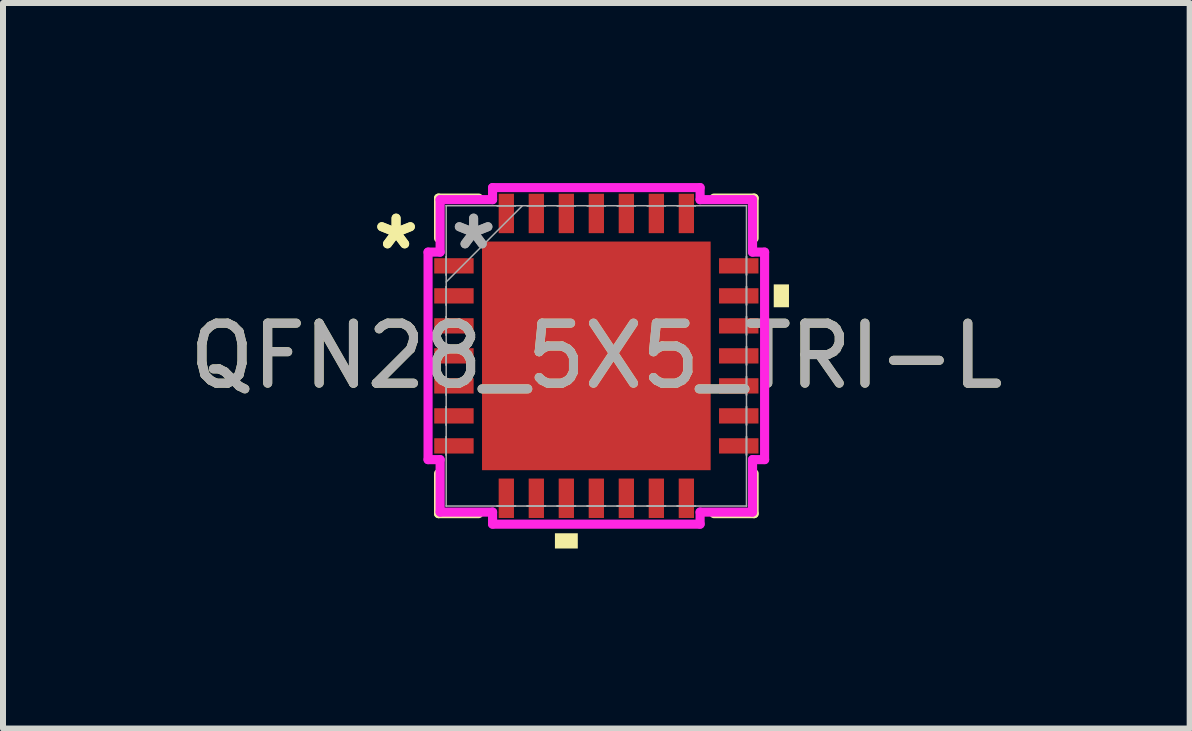
<source format=kicad_pcb>
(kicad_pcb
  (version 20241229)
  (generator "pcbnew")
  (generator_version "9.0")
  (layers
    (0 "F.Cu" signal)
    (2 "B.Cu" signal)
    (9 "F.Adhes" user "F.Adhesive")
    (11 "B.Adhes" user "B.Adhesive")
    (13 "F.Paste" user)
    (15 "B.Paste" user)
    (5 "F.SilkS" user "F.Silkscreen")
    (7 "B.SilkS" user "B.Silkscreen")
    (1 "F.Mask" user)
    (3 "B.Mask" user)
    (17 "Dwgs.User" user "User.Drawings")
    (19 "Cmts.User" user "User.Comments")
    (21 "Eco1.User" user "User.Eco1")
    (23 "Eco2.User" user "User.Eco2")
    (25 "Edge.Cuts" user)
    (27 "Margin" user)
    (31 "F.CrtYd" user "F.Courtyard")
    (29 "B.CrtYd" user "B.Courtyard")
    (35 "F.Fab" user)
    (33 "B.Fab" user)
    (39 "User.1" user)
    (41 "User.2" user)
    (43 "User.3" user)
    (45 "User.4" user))
  (footprint "QFN28_5X5_TRI-L"
    (layer "F.Cu")
    (at 6.887 2.88)
    (property "Reference" "QFN28_5X5_TRI-L" (at 0 0 0) (unlocked yes) (layer "F.SilkS") (effects (font (size 1 1) (thickness 0.15))))
    (attr smd)
    (fp_line (start -2.629 -2.629) (end -2.629 -1.96) (stroke (width 0.152) (type solid)) (layer "F.SilkS"))
    (fp_line (start -2.629 1.96) (end -2.629 2.629) (stroke (width 0.152) (type solid)) (layer "F.SilkS"))
    (fp_line (start -2.629 2.629) (end -1.96 2.629) (stroke (width 0.152) (type solid)) (layer "F.SilkS"))
    (fp_line (start -1.96 -2.629) (end -2.629 -2.629) (stroke (width 0.152) (type solid)) (layer "F.SilkS"))
    (fp_line (start 1.96 2.629) (end 2.629 2.629) (stroke (width 0.152) (type solid)) (layer "F.SilkS"))
    (fp_line (start 2.629 -2.629) (end 1.96 -2.629) (stroke (width 0.152) (type solid)) (layer "F.SilkS"))
    (fp_line (start 2.629 -1.96) (end 2.629 -2.629) (stroke (width 0.152) (type solid)) (layer "F.SilkS"))
    (fp_line (start 2.629 2.629) (end 2.629 1.96) (stroke (width 0.152) (type solid)) (layer "F.SilkS"))
    (fp_poly (pts (xy -0.69 2.956) (xy -0.69 3.21) (xy -0.309 3.21) (xy -0.309 2.956)) (stroke (width 0) (type solid)) (fill yes) (layer "F.SilkS"))
    (fp_poly (pts (xy 3.21 -1.191) (xy 3.21 -0.81) (xy 2.956 -0.81) (xy 2.956 -1.191)) (stroke (width 0) (type solid)) (fill yes) (layer "F.SilkS"))
    (fp_poly (pts (xy -1.805 -1.805) (xy -1.805 -0.735) (xy -0.735 -0.735) (xy -0.735 -1.805)) (stroke (width 0) (type solid)) (fill yes) (layer "F.Paste"))
    (fp_poly (pts (xy -1.805 -0.535) (xy -1.805 0.535) (xy -0.735 0.535) (xy -0.735 -0.535)) (stroke (width 0) (type solid)) (fill yes) (layer "F.Paste"))
    (fp_poly (pts (xy -1.805 0.735) (xy -1.805 1.805) (xy -0.735 1.805) (xy -0.735 0.735)) (stroke (width 0) (type solid)) (fill yes) (layer "F.Paste"))
    (fp_poly (pts (xy -0.535 -1.805) (xy -0.535 -0.735) (xy 0.535 -0.735) (xy 0.535 -1.805)) (stroke (width 0) (type solid)) (fill yes) (layer "F.Paste"))
    (fp_poly (pts (xy -0.535 -0.535) (xy -0.535 0.535) (xy 0.535 0.535) (xy 0.535 -0.535)) (stroke (width 0) (type solid)) (fill yes) (layer "F.Paste"))
    (fp_poly (pts (xy -0.535 0.735) (xy -0.535 1.805) (xy 0.535 1.805) (xy 0.535 0.735)) (stroke (width 0) (type solid)) (fill yes) (layer "F.Paste"))
    (fp_poly (pts (xy 0.735 -1.805) (xy 0.735 -0.735) (xy 1.805 -0.735) (xy 1.805 -1.805)) (stroke (width 0) (type solid)) (fill yes) (layer "F.Paste"))
    (fp_poly (pts (xy 0.735 -0.535) (xy 0.735 0.535) (xy 1.805 0.535) (xy 1.805 -0.535)) (stroke (width 0) (type solid)) (fill yes) (layer "F.Paste"))
    (fp_poly (pts (xy 0.735 0.735) (xy 0.735 1.805) (xy 1.805 1.805) (xy 1.805 0.735)) (stroke (width 0) (type solid)) (fill yes) (layer "F.Paste"))
    (fp_line (start -2.804 -1.729) (end -2.603 -1.729) (stroke (width 0.152) (type solid)) (layer "F.CrtYd"))
    (fp_line (start -2.804 1.729) (end -2.804 -1.729) (stroke (width 0.152) (type solid)) (layer "F.CrtYd"))
    (fp_line (start -2.603 -2.603) (end -1.729 -2.603) (stroke (width 0.152) (type solid)) (layer "F.CrtYd"))
    (fp_line (start -2.603 -1.729) (end -2.603 -2.603) (stroke (width 0.152) (type solid)) (layer "F.CrtYd"))
    (fp_line (start -2.603 1.729) (end -2.804 1.729) (stroke (width 0.152) (type solid)) (layer "F.CrtYd"))
    (fp_line (start -2.603 2.603) (end -2.603 1.729) (stroke (width 0.152) (type solid)) (layer "F.CrtYd"))
    (fp_line (start -1.729 -2.804) (end 1.729 -2.804) (stroke (width 0.152) (type solid)) (layer "F.CrtYd"))
    (fp_line (start -1.729 -2.603) (end -1.729 -2.804) (stroke (width 0.152) (type solid)) (layer "F.CrtYd"))
    (fp_line (start -1.729 2.603) (end -2.603 2.603) (stroke (width 0.152) (type solid)) (layer "F.CrtYd"))
    (fp_line (start -1.729 2.804) (end -1.729 2.603) (stroke (width 0.152) (type solid)) (layer "F.CrtYd"))
    (fp_line (start 1.729 -2.804) (end 1.729 -2.603) (stroke (width 0.152) (type solid)) (layer "F.CrtYd"))
    (fp_line (start 1.729 -2.603) (end 2.603 -2.603) (stroke (width 0.152) (type solid)) (layer "F.CrtYd"))
    (fp_line (start 1.729 2.603) (end 1.729 2.804) (stroke (width 0.152) (type solid)) (layer "F.CrtYd"))
    (fp_line (start 1.729 2.804) (end -1.729 2.804) (stroke (width 0.152) (type solid)) (layer "F.CrtYd"))
    (fp_line (start 2.603 -2.603) (end 2.603 -1.729) (stroke (width 0.152) (type solid)) (layer "F.CrtYd"))
    (fp_line (start 2.603 -1.729) (end 2.804 -1.729) (stroke (width 0.152) (type solid)) (layer "F.CrtYd"))
    (fp_line (start 2.603 1.729) (end 2.603 2.603) (stroke (width 0.152) (type solid)) (layer "F.CrtYd"))
    (fp_line (start 2.603 2.603) (end 1.729 2.603) (stroke (width 0.152) (type solid)) (layer "F.CrtYd"))
    (fp_line (start 2.804 -1.729) (end 2.804 1.729) (stroke (width 0.152) (type solid)) (layer "F.CrtYd"))
    (fp_line (start 2.804 1.729) (end 2.603 1.729) (stroke (width 0.152) (type solid)) (layer "F.CrtYd"))
    (fp_line (start -2.502 -2.502) (end -2.502 -2.502) (stroke (width 0.025) (type solid)) (layer "F.Fab"))
    (fp_line (start -2.502 -2.502) (end -2.502 2.502) (stroke (width 0.025) (type solid)) (layer "F.Fab"))
    (fp_line (start -2.502 -1.652) (end -2.502 -1.652) (stroke (width 0.025) (type solid)) (layer "F.Fab"))
    (fp_line (start -2.502 -1.652) (end -2.502 -1.348) (stroke (width 0.025) (type solid)) (layer "F.Fab"))
    (fp_line (start -2.502 -1.348) (end -2.502 -1.652) (stroke (width 0.025) (type solid)) (layer "F.Fab"))
    (fp_line (start -2.502 -1.348) (end -2.502 -1.348) (stroke (width 0.025) (type solid)) (layer "F.Fab"))
    (fp_line (start -2.502 -1.232) (end -1.232 -2.502) (stroke (width 0.025) (type solid)) (layer "F.Fab"))
    (fp_line (start -2.502 -1.152) (end -2.502 -1.152) (stroke (width 0.025) (type solid)) (layer "F.Fab"))
    (fp_line (start -2.502 -1.152) (end -2.502 -0.848) (stroke (width 0.025) (type solid)) (layer "F.Fab"))
    (fp_line (start -2.502 -0.848) (end -2.502 -1.152) (stroke (width 0.025) (type solid)) (layer "F.Fab"))
    (fp_line (start -2.502 -0.848) (end -2.502 -0.848) (stroke (width 0.025) (type solid)) (layer "F.Fab"))
    (fp_line (start -2.502 -0.652) (end -2.502 -0.652) (stroke (width 0.025) (type solid)) (layer "F.Fab"))
    (fp_line (start -2.502 -0.652) (end -2.502 -0.348) (stroke (width 0.025) (type solid)) (layer "F.Fab"))
    (fp_line (start -2.502 -0.348) (end -2.502 -0.652) (stroke (width 0.025) (type solid)) (layer "F.Fab"))
    (fp_line (start -2.502 -0.348) (end -2.502 -0.348) (stroke (width 0.025) (type solid)) (layer "F.Fab"))
    (fp_line (start -2.502 -0.152) (end -2.502 -0.152) (stroke (width 0.025) (type solid)) (layer "F.Fab"))
    (fp_line (start -2.502 -0.152) (end -2.502 0.152) (stroke (width 0.025) (type solid)) (layer "F.Fab"))
    (fp_line (start -2.502 0.152) (end -2.502 -0.152) (stroke (width 0.025) (type solid)) (layer "F.Fab"))
    (fp_line (start -2.502 0.152) (end -2.502 0.152) (stroke (width 0.025) (type solid)) (layer "F.Fab"))
    (fp_line (start -2.502 0.348) (end -2.502 0.348) (stroke (width 0.025) (type solid)) (layer "F.Fab"))
    (fp_line (start -2.502 0.348) (end -2.502 0.652) (stroke (width 0.025) (type solid)) (layer "F.Fab"))
    (fp_line (start -2.502 0.652) (end -2.502 0.348) (stroke (width 0.025) (type solid)) (layer "F.Fab"))
    (fp_line (start -2.502 0.652) (end -2.502 0.652) (stroke (width 0.025) (type solid)) (layer "F.Fab"))
    (fp_line (start -2.502 0.848) (end -2.502 0.848) (stroke (width 0.025) (type solid)) (layer "F.Fab"))
    (fp_line (start -2.502 0.848) (end -2.502 1.152) (stroke (width 0.025) (type solid)) (layer "F.Fab"))
    (fp_line (start -2.502 1.152) (end -2.502 0.848) (stroke (width 0.025) (type solid)) (layer "F.Fab"))
    (fp_line (start -2.502 1.152) (end -2.502 1.152) (stroke (width 0.025) (type solid)) (layer "F.Fab"))
    (fp_line (start -2.502 1.348) (end -2.502 1.348) (stroke (width 0.025) (type solid)) (layer "F.Fab"))
    (fp_line (start -2.502 1.348) (end -2.502 1.652) (stroke (width 0.025) (type solid)) (layer "F.Fab"))
    (fp_line (start -2.502 1.652) (end -2.502 1.348) (stroke (width 0.025) (type solid)) (layer "F.Fab"))
    (fp_line (start -2.502 1.652) (end -2.502 1.652) (stroke (width 0.025) (type solid)) (layer "F.Fab"))
    (fp_line (start -2.502 2.502) (end -2.502 2.502) (stroke (width 0.025) (type solid)) (layer "F.Fab"))
    (fp_line (start -2.502 2.502) (end 2.502 2.502) (stroke (width 0.025) (type solid)) (layer "F.Fab"))
    (fp_line (start -1.652 -2.502) (end -1.652 -2.502) (stroke (width 0.025) (type solid)) (layer "F.Fab"))
    (fp_line (start -1.652 -2.502) (end -1.348 -2.502) (stroke (width 0.025) (type solid)) (layer "F.Fab"))
    (fp_line (start -1.652 2.502) (end -1.652 2.502) (stroke (width 0.025) (type solid)) (layer "F.Fab"))
    (fp_line (start -1.652 2.502) (end -1.348 2.502) (stroke (width 0.025) (type solid)) (layer "F.Fab"))
    (fp_line (start -1.348 -2.502) (end -1.652 -2.502) (stroke (width 0.025) (type solid)) (layer "F.Fab"))
    (fp_line (start -1.348 -2.502) (end -1.348 -2.502) (stroke (width 0.025) (type solid)) (layer "F.Fab"))
    (fp_line (start -1.348 2.502) (end -1.652 2.502) (stroke (width 0.025) (type solid)) (layer "F.Fab"))
    (fp_line (start -1.348 2.502) (end -1.348 2.502) (stroke (width 0.025) (type solid)) (layer "F.Fab"))
    (fp_line (start -1.152 -2.502) (end -1.152 -2.502) (stroke (width 0.025) (type solid)) (layer "F.Fab"))
    (fp_line (start -1.152 -2.502) (end -0.848 -2.502) (stroke (width 0.025) (type solid)) (layer "F.Fab"))
    (fp_line (start -1.152 2.502) (end -1.152 2.502) (stroke (width 0.025) (type solid)) (layer "F.Fab"))
    (fp_line (start -1.152 2.502) (end -0.848 2.502) (stroke (width 0.025) (type solid)) (layer "F.Fab"))
    (fp_line (start -0.848 -2.502) (end -1.152 -2.502) (stroke (width 0.025) (type solid)) (layer "F.Fab"))
    (fp_line (start -0.848 -2.502) (end -0.848 -2.502) (stroke (width 0.025) (type solid)) (layer "F.Fab"))
    (fp_line (start -0.848 2.502) (end -1.152 2.502) (stroke (width 0.025) (type solid)) (layer "F.Fab"))
    (fp_line (start -0.848 2.502) (end -0.848 2.502) (stroke (width 0.025) (type solid)) (layer "F.Fab"))
    (fp_line (start -0.652 -2.502) (end -0.652 -2.502) (stroke (width 0.025) (type solid)) (layer "F.Fab"))
    (fp_line (start -0.652 -2.502) (end -0.348 -2.502) (stroke (width 0.025) (type solid)) (layer "F.Fab"))
    (fp_line (start -0.652 2.502) (end -0.652 2.502) (stroke (width 0.025) (type solid)) (layer "F.Fab"))
    (fp_line (start -0.652 2.502) (end -0.348 2.502) (stroke (width 0.025) (type solid)) (layer "F.Fab"))
    (fp_line (start -0.348 -2.502) (end -0.652 -2.502) (stroke (width 0.025) (type solid)) (layer "F.Fab"))
    (fp_line (start -0.348 -2.502) (end -0.348 -2.502) (stroke (width 0.025) (type solid)) (layer "F.Fab"))
    (fp_line (start -0.348 2.502) (end -0.652 2.502) (stroke (width 0.025) (type solid)) (layer "F.Fab"))
    (fp_line (start -0.348 2.502) (end -0.348 2.502) (stroke (width 0.025) (type solid)) (layer "F.Fab"))
    (fp_line (start -0.152 -2.502) (end -0.152 -2.502) (stroke (width 0.025) (type solid)) (layer "F.Fab"))
    (fp_line (start -0.152 -2.502) (end 0.152 -2.502) (stroke (width 0.025) (type solid)) (layer "F.Fab"))
    (fp_line (start -0.152 2.502) (end -0.152 2.502) (stroke (width 0.025) (type solid)) (layer "F.Fab"))
    (fp_line (start -0.152 2.502) (end 0.152 2.502) (stroke (width 0.025) (type solid)) (layer "F.Fab"))
    (fp_line (start 0.152 -2.502) (end -0.152 -2.502) (stroke (width 0.025) (type solid)) (layer "F.Fab"))
    (fp_line (start 0.152 -2.502) (end 0.152 -2.502) (stroke (width 0.025) (type solid)) (layer "F.Fab"))
    (fp_line (start 0.152 2.502) (end -0.152 2.502) (stroke (width 0.025) (type solid)) (layer "F.Fab"))
    (fp_line (start 0.152 2.502) (end 0.152 2.502) (stroke (width 0.025) (type solid)) (layer "F.Fab"))
    (fp_line (start 0.348 -2.502) (end 0.348 -2.502) (stroke (width 0.025) (type solid)) (layer "F.Fab"))
    (fp_line (start 0.348 -2.502) (end 0.652 -2.502) (stroke (width 0.025) (type solid)) (layer "F.Fab"))
    (fp_line (start 0.348 2.502) (end 0.348 2.502) (stroke (width 0.025) (type solid)) (layer "F.Fab"))
    (fp_line (start 0.348 2.502) (end 0.652 2.502) (stroke (width 0.025) (type solid)) (layer "F.Fab"))
    (fp_line (start 0.652 -2.502) (end 0.348 -2.502) (stroke (width 0.025) (type solid)) (layer "F.Fab"))
    (fp_line (start 0.652 -2.502) (end 0.652 -2.502) (stroke (width 0.025) (type solid)) (layer "F.Fab"))
    (fp_line (start 0.652 2.502) (end 0.348 2.502) (stroke (width 0.025) (type solid)) (layer "F.Fab"))
    (fp_line (start 0.652 2.502) (end 0.652 2.502) (stroke (width 0.025) (type solid)) (layer "F.Fab"))
    (fp_line (start 0.848 -2.502) (end 0.848 -2.502) (stroke (width 0.025) (type solid)) (layer "F.Fab"))
    (fp_line (start 0.848 -2.502) (end 1.152 -2.502) (stroke (width 0.025) (type solid)) (layer "F.Fab"))
    (fp_line (start 0.848 2.502) (end 0.848 2.502) (stroke (width 0.025) (type solid)) (layer "F.Fab"))
    (fp_line (start 0.848 2.502) (end 1.152 2.502) (stroke (width 0.025) (type solid)) (layer "F.Fab"))
    (fp_line (start 1.152 -2.502) (end 0.848 -2.502) (stroke (width 0.025) (type solid)) (layer "F.Fab"))
    (fp_line (start 1.152 -2.502) (end 1.152 -2.502) (stroke (width 0.025) (type solid)) (layer "F.Fab"))
    (fp_line (start 1.152 2.502) (end 0.848 2.502) (stroke (width 0.025) (type solid)) (layer "F.Fab"))
    (fp_line (start 1.152 2.502) (end 1.152 2.502) (stroke (width 0.025) (type solid)) (layer "F.Fab"))
    (fp_line (start 1.348 -2.502) (end 1.348 -2.502) (stroke (width 0.025) (type solid)) (layer "F.Fab"))
    (fp_line (start 1.348 -2.502) (end 1.652 -2.502) (stroke (width 0.025) (type solid)) (layer "F.Fab"))
    (fp_line (start 1.348 2.502) (end 1.348 2.502) (stroke (width 0.025) (type solid)) (layer "F.Fab"))
    (fp_line (start 1.348 2.502) (end 1.652 2.502) (stroke (width 0.025) (type solid)) (layer "F.Fab"))
    (fp_line (start 1.652 -2.502) (end 1.348 -2.502) (stroke (width 0.025) (type solid)) (layer "F.Fab"))
    (fp_line (start 1.652 -2.502) (end 1.652 -2.502) (stroke (width 0.025) (type solid)) (layer "F.Fab"))
    (fp_line (start 1.652 2.502) (end 1.348 2.502) (stroke (width 0.025) (type solid)) (layer "F.Fab"))
    (fp_line (start 1.652 2.502) (end 1.652 2.502) (stroke (width 0.025) (type solid)) (layer "F.Fab"))
    (fp_line (start 2.502 -2.502) (end -2.502 -2.502) (stroke (width 0.025) (type solid)) (layer "F.Fab"))
    (fp_line (start 2.502 -2.502) (end 2.502 -2.502) (stroke (width 0.025) (type solid)) (layer "F.Fab"))
    (fp_line (start 2.502 -1.652) (end 2.502 -1.652) (stroke (width 0.025) (type solid)) (layer "F.Fab"))
    (fp_line (start 2.502 -1.652) (end 2.502 -1.348) (stroke (width 0.025) (type solid)) (layer "F.Fab"))
    (fp_line (start 2.502 -1.348) (end 2.502 -1.652) (stroke (width 0.025) (type solid)) (layer "F.Fab"))
    (fp_line (start 2.502 -1.348) (end 2.502 -1.348) (stroke (width 0.025) (type solid)) (layer "F.Fab"))
    (fp_line (start 2.502 -1.152) (end 2.502 -1.152) (stroke (width 0.025) (type solid)) (layer "F.Fab"))
    (fp_line (start 2.502 -1.152) (end 2.502 -0.848) (stroke (width 0.025) (type solid)) (layer "F.Fab"))
    (fp_line (start 2.502 -0.848) (end 2.502 -1.152) (stroke (width 0.025) (type solid)) (layer "F.Fab"))
    (fp_line (start 2.502 -0.848) (end 2.502 -0.848) (stroke (width 0.025) (type solid)) (layer "F.Fab"))
    (fp_line (start 2.502 -0.652) (end 2.502 -0.652) (stroke (width 0.025) (type solid)) (layer "F.Fab"))
    (fp_line (start 2.502 -0.652) (end 2.502 -0.348) (stroke (width 0.025) (type solid)) (layer "F.Fab"))
    (fp_line (start 2.502 -0.348) (end 2.502 -0.652) (stroke (width 0.025) (type solid)) (layer "F.Fab"))
    (fp_line (start 2.502 -0.348) (end 2.502 -0.348) (stroke (width 0.025) (type solid)) (layer "F.Fab"))
    (fp_line (start 2.502 -0.152) (end 2.502 -0.152) (stroke (width 0.025) (type solid)) (layer "F.Fab"))
    (fp_line (start 2.502 -0.152) (end 2.502 0.152) (stroke (width 0.025) (type solid)) (layer "F.Fab"))
    (fp_line (start 2.502 0.152) (end 2.502 -0.152) (stroke (width 0.025) (type solid)) (layer "F.Fab"))
    (fp_line (start 2.502 0.152) (end 2.502 0.152) (stroke (width 0.025) (type solid)) (layer "F.Fab"))
    (fp_line (start 2.502 0.348) (end 2.502 0.348) (stroke (width 0.025) (type solid)) (layer "F.Fab"))
    (fp_line (start 2.502 0.348) (end 2.502 0.652) (stroke (width 0.025) (type solid)) (layer "F.Fab"))
    (fp_line (start 2.502 0.652) (end 2.502 0.348) (stroke (width 0.025) (type solid)) (layer "F.Fab"))
    (fp_line (start 2.502 0.652) (end 2.502 0.652) (stroke (width 0.025) (type solid)) (layer "F.Fab"))
    (fp_line (start 2.502 0.848) (end 2.502 0.848) (stroke (width 0.025) (type solid)) (layer "F.Fab"))
    (fp_line (start 2.502 0.848) (end 2.502 1.152) (stroke (width 0.025) (type solid)) (layer "F.Fab"))
    (fp_line (start 2.502 1.152) (end 2.502 0.848) (stroke (width 0.025) (type solid)) (layer "F.Fab"))
    (fp_line (start 2.502 1.152) (end 2.502 1.152) (stroke (width 0.025) (type solid)) (layer "F.Fab"))
    (fp_line (start 2.502 1.348) (end 2.502 1.348) (stroke (width 0.025) (type solid)) (layer "F.Fab"))
    (fp_line (start 2.502 1.348) (end 2.502 1.652) (stroke (width 0.025) (type solid)) (layer "F.Fab"))
    (fp_line (start 2.502 1.652) (end 2.502 1.348) (stroke (width 0.025) (type solid)) (layer "F.Fab"))
    (fp_line (start 2.502 1.652) (end 2.502 1.652) (stroke (width 0.025) (type solid)) (layer "F.Fab"))
    (fp_line (start 2.502 2.502) (end 2.502 -2.502) (stroke (width 0.025) (type solid)) (layer "F.Fab"))
    (fp_line (start 2.502 2.502) (end 2.502 2.502) (stroke (width 0.025) (type solid)) (layer "F.Fab"))
    (fp_text user "*" (at -3.337 -1.75 0) (unlocked yes) (layer "F.SilkS") (effects (font (size 1 1) (thickness 0.15))))
    (fp_text user "*" (at -3.337 -1.75 0) (layer "F.SilkS") (effects (font (size 1 1) (thickness 0.15))))
    (fp_text user "*" (at -2.045 -1.75 0) (unlocked yes) (layer "F.Fab") (effects (font (size 1 1) (thickness 0.15))))
    (fp_text user "${REFERENCE}" (at 0 0 0) (unlocked yes) (layer "F.Fab") (effects (font (size 1 1) (thickness 0.15))))
    (fp_text user "*" (at -2.045 -1.75 0) (layer "F.Fab") (effects (font (size 1 1) (thickness 0.15))))
    (pad "1" smd rect (at -2.373 -1.5 90) (size 0.255 0.657) (layers "F.Cu" "F.Mask" "F.Paste"))
    (pad "2" smd rect (at -2.373 -1 90) (size 0.255 0.657) (layers "F.Cu" "F.Mask" "F.Paste"))
    (pad "3" smd rect (at -2.373 -0.5 90) (size 0.255 0.657) (layers "F.Cu" "F.Mask" "F.Paste"))
    (pad "4" smd rect (at -2.373 0 90) (size 0.255 0.657) (layers "F.Cu" "F.Mask" "F.Paste"))
    (pad "5" smd rect (at -2.373 0.5 90) (size 0.255 0.657) (layers "F.Cu" "F.Mask" "F.Paste"))
    (pad "6" smd rect (at -2.373 1 90) (size 0.255 0.657) (layers "F.Cu" "F.Mask" "F.Paste"))
    (pad "7" smd rect (at -2.373 1.5 90) (size 0.255 0.657) (layers "F.Cu" "F.Mask" "F.Paste"))
    (pad "8" smd rect (at -1.5 2.373) (size 0.255 0.657) (layers "F.Cu" "F.Mask" "F.Paste"))
    (pad "9" smd rect (at -1 2.373) (size 0.255 0.657) (layers "F.Cu" "F.Mask" "F.Paste"))
    (pad "10" smd rect (at -0.5 2.373) (size 0.255 0.657) (layers "F.Cu" "F.Mask" "F.Paste"))
    (pad "11" smd rect (at 0 2.373) (size 0.255 0.657) (layers "F.Cu" "F.Mask" "F.Paste"))
    (pad "12" smd rect (at 0.5 2.373) (size 0.255 0.657) (layers "F.Cu" "F.Mask" "F.Paste"))
    (pad "13" smd rect (at 1 2.373) (size 0.255 0.657) (layers "F.Cu" "F.Mask" "F.Paste"))
    (pad "14" smd rect (at 1.5 2.373) (size 0.255 0.657) (layers "F.Cu" "F.Mask" "F.Paste"))
    (pad "15" smd rect (at 2.373 1.5 90) (size 0.255 0.657) (layers "F.Cu" "F.Mask" "F.Paste"))
    (pad "16" smd rect (at 2.373 1 90) (size 0.255 0.657) (layers "F.Cu" "F.Mask" "F.Paste"))
    (pad "17" smd rect (at 2.373 0.5 90) (size 0.255 0.657) (layers "F.Cu" "F.Mask" "F.Paste"))
    (pad "18" smd rect (at 2.373 0 90) (size 0.255 0.657) (layers "F.Cu" "F.Mask" "F.Paste"))
    (pad "19" smd rect (at 2.373 -0.5 90) (size 0.255 0.657) (layers "F.Cu" "F.Mask" "F.Paste"))
    (pad "20" smd rect (at 2.373 -1 90) (size 0.255 0.657) (layers "F.Cu" "F.Mask" "F.Paste"))
    (pad "21" smd rect (at 2.373 -1.5 90) (size 0.255 0.657) (layers "F.Cu" "F.Mask" "F.Paste"))
    (pad "22" smd rect (at 1.5 -2.373) (size 0.255 0.657) (layers "F.Cu" "F.Mask" "F.Paste"))
    (pad "23" smd rect (at 1 -2.373) (size 0.255 0.657) (layers "F.Cu" "F.Mask" "F.Paste"))
    (pad "24" smd rect (at 0.5 -2.373) (size 0.255 0.657) (layers "F.Cu" "F.Mask" "F.Paste"))
    (pad "25" smd rect (at 0 -2.373) (size 0.255 0.657) (layers "F.Cu" "F.Mask" "F.Paste"))
    (pad "26" smd rect (at -0.5 -2.373) (size 0.255 0.657) (layers "F.Cu" "F.Mask" "F.Paste"))
    (pad "27" smd rect (at -1 -2.373) (size 0.255 0.657) (layers "F.Cu" "F.Mask" "F.Paste"))
    (pad "28" smd rect (at -1.5 -2.373) (size 0.255 0.657) (layers "F.Cu" "F.Mask" "F.Paste"))
    (pad "29" smd rect (at 0 0) (size 3.81 3.81) (layers "F.Cu" "F.Mask" "F.Paste")))
  (gr_rect
    (start -3 -3)
    (end 16.774 9.09)
    (stroke (width 0.1) (type default))
    (fill no)
    (layer "Edge.Cuts")))
</source>
